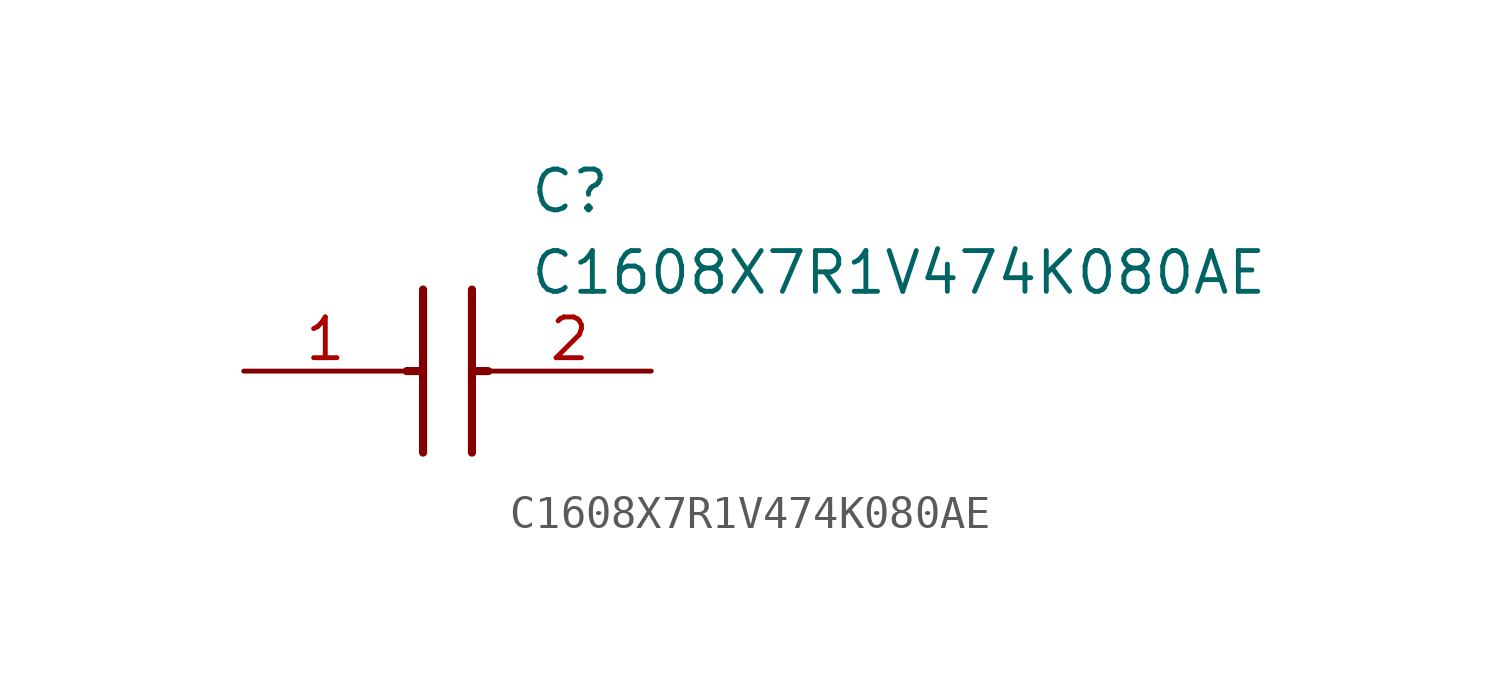
<source format=kicad_sym>
(kicad_symbol_lib
  (version 20211014)
  (generator SamacSys_ECAD_Model)
  (symbol "C1608X7R1V474K080AE"
    (pin_names hide)
    (property "Reference" "C"
      (at 8.89 6.35 0)
      (effects (font (size 1.27 1.27)) (justify left top)))
    (property "Value" "C1608X7R1V474K080AE"
      (at 8.89 3.81 0)
      (effects (font (size 1.27 1.27)) (justify left top)))
    (polyline
      (pts (xy 5.588 2.54) (xy 5.588 -2.54))
      (stroke (width 0.254) (type default))
      (fill (type none)))
    (polyline
      (pts (xy 7.112 2.54) (xy 7.112 -2.54))
      (stroke (width 0.254) (type default))
      (fill (type none)))
    (polyline
      (pts (xy 5.08 0) (xy 5.588 0))
      (stroke (width 0.254) (type default))
      (fill (type none)))
    (polyline
      (pts (xy 7.112 0) (xy 7.62 0))
      (stroke (width 0.254) (type default))
      (fill (type none)))
    (pin passive line
      (at 0 0 0)
      (length 5.08)
      (name "1" (effects (font (size 1.27 1.27))))
      (number "1" (effects (font (size 1.27 1.27)))))
    (pin passive line
      (at 12.7 0 180)
      (length 5.08)
      (name "2" (effects (font (size 1.27 1.27))))
      (number "2" (effects (font (size 1.27 1.27)))))))
</source>
